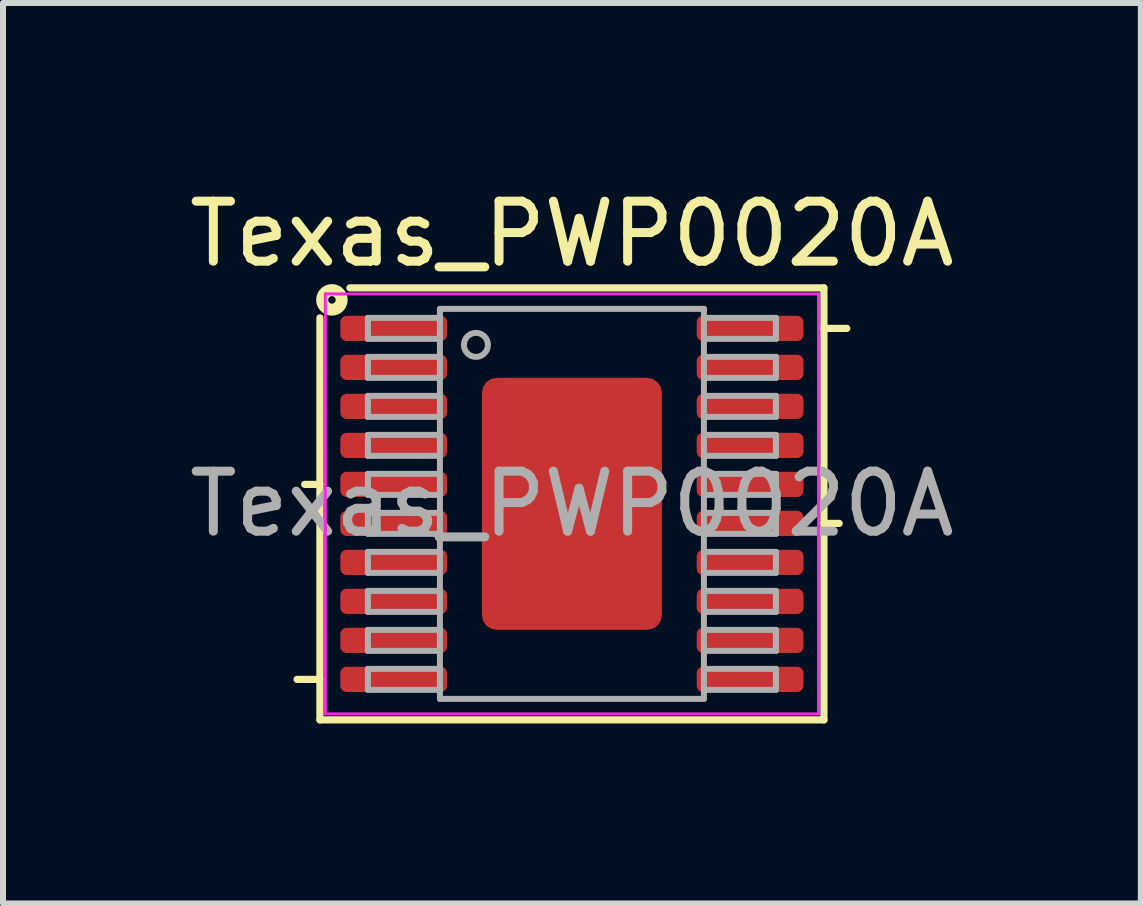
<source format=kicad_pcb>
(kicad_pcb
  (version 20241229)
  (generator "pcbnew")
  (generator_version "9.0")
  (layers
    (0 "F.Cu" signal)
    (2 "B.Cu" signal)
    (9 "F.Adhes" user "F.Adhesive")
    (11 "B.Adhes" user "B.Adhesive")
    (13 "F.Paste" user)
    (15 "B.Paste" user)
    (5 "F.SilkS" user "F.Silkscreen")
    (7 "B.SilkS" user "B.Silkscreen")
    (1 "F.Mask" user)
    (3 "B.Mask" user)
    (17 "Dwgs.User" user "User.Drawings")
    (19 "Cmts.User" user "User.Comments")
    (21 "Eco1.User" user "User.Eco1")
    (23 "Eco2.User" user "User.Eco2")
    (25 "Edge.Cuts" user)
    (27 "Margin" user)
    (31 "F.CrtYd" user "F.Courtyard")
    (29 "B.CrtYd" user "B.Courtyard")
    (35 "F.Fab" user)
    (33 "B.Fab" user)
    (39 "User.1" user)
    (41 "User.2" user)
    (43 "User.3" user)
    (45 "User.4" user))
  (footprint "Texas_PWP0020A"
    (layer "F.Cu")
    (at 6.482 5.348)
    (property "Reference" "Texas_PWP0020A" (at 0 -4.5 0) (layer "F.SilkS") (effects (font (size 1 1) (thickness 0.15))))
    (attr smd)
    (fp_line (start -4.2 -3.1) (end -4.2 3.6) (stroke (width 0.12) (type solid)) (layer "F.SilkS"))
    (fp_line (start -4.2 -0.325) (end -4.454 -0.325) (stroke (width 0.12) (type solid)) (layer "F.SilkS"))
    (fp_line (start -4.2 2.925) (end -4.581 2.925) (stroke (width 0.12) (type solid)) (layer "F.SilkS"))
    (fp_line (start -4.2 3.6) (end 4.2 3.6) (stroke (width 0.12) (type solid)) (layer "F.SilkS"))
    (fp_line (start 4.2 -3.6) (end -3.7 -3.6) (stroke (width 0.12) (type solid)) (layer "F.SilkS"))
    (fp_line (start 4.2 -2.925) (end 4.581 -2.925) (stroke (width 0.12) (type solid)) (layer "F.SilkS"))
    (fp_line (start 4.2 0.325) (end 4.454 0.325) (stroke (width 0.12) (type solid)) (layer "F.SilkS"))
    (fp_line (start 4.2 3.6) (end 4.2 -3.6) (stroke (width 0.12) (type solid)) (layer "F.SilkS"))
    (fp_circle (center -4 -3.4) (end -3.937 -3.4) (stroke (width 0.2) (type solid)) (fill no) (layer "F.SilkS"))
    (fp_line (start -4.11 -3.5) (end -4.11 3.5) (stroke (width 0.05) (type solid)) (layer "F.CrtYd"))
    (fp_line (start -4.11 3.5) (end 4.11 3.5) (stroke (width 0.05) (type solid)) (layer "F.CrtYd"))
    (fp_line (start 4.11 -3.5) (end -4.11 -3.5) (stroke (width 0.05) (type solid)) (layer "F.CrtYd"))
    (fp_line (start 4.11 3.5) (end 4.11 -3.5) (stroke (width 0.05) (type solid)) (layer "F.CrtYd"))
    (fp_line (start -3.4 -3.1) (end -3.4 -2.75) (stroke (width 0.1) (type solid)) (layer "F.Fab"))
    (fp_line (start -3.4 -2.75) (end -2.2 -2.75) (stroke (width 0.1) (type solid)) (layer "F.Fab"))
    (fp_line (start -3.4 -2.45) (end -3.4 -2.1) (stroke (width 0.1) (type solid)) (layer "F.Fab"))
    (fp_line (start -3.4 -2.1) (end -2.2 -2.1) (stroke (width 0.1) (type solid)) (layer "F.Fab"))
    (fp_line (start -3.4 -1.8) (end -3.4 -1.45) (stroke (width 0.1) (type solid)) (layer "F.Fab"))
    (fp_line (start -3.4 -1.45) (end -2.2 -1.45) (stroke (width 0.1) (type solid)) (layer "F.Fab"))
    (fp_line (start -3.4 -1.15) (end -3.4 -0.8) (stroke (width 0.1) (type solid)) (layer "F.Fab"))
    (fp_line (start -3.4 -0.8) (end -2.2 -0.8) (stroke (width 0.1) (type solid)) (layer "F.Fab"))
    (fp_line (start -3.4 -0.5) (end -3.4 -0.15) (stroke (width 0.1) (type solid)) (layer "F.Fab"))
    (fp_line (start -3.4 -0.15) (end -2.2 -0.15) (stroke (width 0.1) (type solid)) (layer "F.Fab"))
    (fp_line (start -3.4 0.15) (end -3.4 0.5) (stroke (width 0.1) (type solid)) (layer "F.Fab"))
    (fp_line (start -3.4 0.5) (end -2.2 0.5) (stroke (width 0.1) (type solid)) (layer "F.Fab"))
    (fp_line (start -3.4 0.8) (end -3.4 1.15) (stroke (width 0.1) (type solid)) (layer "F.Fab"))
    (fp_line (start -3.4 1.15) (end -2.2 1.15) (stroke (width 0.1) (type solid)) (layer "F.Fab"))
    (fp_line (start -3.4 1.45) (end -3.4 1.8) (stroke (width 0.1) (type solid)) (layer "F.Fab"))
    (fp_line (start -3.4 1.8) (end -2.2 1.8) (stroke (width 0.1) (type solid)) (layer "F.Fab"))
    (fp_line (start -3.4 2.1) (end -3.4 2.45) (stroke (width 0.1) (type solid)) (layer "F.Fab"))
    (fp_line (start -3.4 2.45) (end -2.2 2.45) (stroke (width 0.1) (type solid)) (layer "F.Fab"))
    (fp_line (start -3.4 2.75) (end -3.4 3.1) (stroke (width 0.1) (type solid)) (layer "F.Fab"))
    (fp_line (start -3.4 3.1) (end -2.2 3.1) (stroke (width 0.1) (type solid)) (layer "F.Fab"))
    (fp_line (start -2.2 -3.25) (end -2.2 3.25) (stroke (width 0.1) (type solid)) (layer "F.Fab"))
    (fp_line (start -2.2 -3.1) (end -3.4 -3.1) (stroke (width 0.1) (type solid)) (layer "F.Fab"))
    (fp_line (start -2.2 -2.45) (end -3.4 -2.45) (stroke (width 0.1) (type solid)) (layer "F.Fab"))
    (fp_line (start -2.2 -1.8) (end -3.4 -1.8) (stroke (width 0.1) (type solid)) (layer "F.Fab"))
    (fp_line (start -2.2 -1.15) (end -3.4 -1.15) (stroke (width 0.1) (type solid)) (layer "F.Fab"))
    (fp_line (start -2.2 -0.5) (end -3.4 -0.5) (stroke (width 0.1) (type solid)) (layer "F.Fab"))
    (fp_line (start -2.2 0.15) (end -3.4 0.15) (stroke (width 0.1) (type solid)) (layer "F.Fab"))
    (fp_line (start -2.2 0.8) (end -3.4 0.8) (stroke (width 0.1) (type solid)) (layer "F.Fab"))
    (fp_line (start -2.2 1.45) (end -3.4 1.45) (stroke (width 0.1) (type solid)) (layer "F.Fab"))
    (fp_line (start -2.2 2.1) (end -3.4 2.1) (stroke (width 0.1) (type solid)) (layer "F.Fab"))
    (fp_line (start -2.2 2.75) (end -3.4 2.75) (stroke (width 0.1) (type solid)) (layer "F.Fab"))
    (fp_line (start -2.2 3.25) (end 2.2 3.25) (stroke (width 0.1) (type solid)) (layer "F.Fab"))
    (fp_line (start 2.2 -3.25) (end -2.2 -3.25) (stroke (width 0.1) (type solid)) (layer "F.Fab"))
    (fp_line (start 2.2 -2.75) (end 3.4 -2.75) (stroke (width 0.1) (type solid)) (layer "F.Fab"))
    (fp_line (start 2.2 -2.1) (end 3.4 -2.1) (stroke (width 0.1) (type solid)) (layer "F.Fab"))
    (fp_line (start 2.2 -1.45) (end 3.4 -1.45) (stroke (width 0.1) (type solid)) (layer "F.Fab"))
    (fp_line (start 2.2 -0.8) (end 3.4 -0.8) (stroke (width 0.1) (type solid)) (layer "F.Fab"))
    (fp_line (start 2.2 -0.15) (end 3.4 -0.15) (stroke (width 0.1) (type solid)) (layer "F.Fab"))
    (fp_line (start 2.2 0.5) (end 3.4 0.5) (stroke (width 0.1) (type solid)) (layer "F.Fab"))
    (fp_line (start 2.2 1.15) (end 3.4 1.15) (stroke (width 0.1) (type solid)) (layer "F.Fab"))
    (fp_line (start 2.2 1.8) (end 3.4 1.8) (stroke (width 0.1) (type solid)) (layer "F.Fab"))
    (fp_line (start 2.2 2.45) (end 3.4 2.45) (stroke (width 0.1) (type solid)) (layer "F.Fab"))
    (fp_line (start 2.2 3.1) (end 3.4 3.1) (stroke (width 0.1) (type solid)) (layer "F.Fab"))
    (fp_line (start 2.2 3.25) (end 2.2 -3.25) (stroke (width 0.1) (type solid)) (layer "F.Fab"))
    (fp_line (start 3.4 -3.1) (end 2.2 -3.1) (stroke (width 0.1) (type solid)) (layer "F.Fab"))
    (fp_line (start 3.4 -2.75) (end 3.4 -3.1) (stroke (width 0.1) (type solid)) (layer "F.Fab"))
    (fp_line (start 3.4 -2.45) (end 2.2 -2.45) (stroke (width 0.1) (type solid)) (layer "F.Fab"))
    (fp_line (start 3.4 -2.1) (end 3.4 -2.45) (stroke (width 0.1) (type solid)) (layer "F.Fab"))
    (fp_line (start 3.4 -1.8) (end 2.2 -1.8) (stroke (width 0.1) (type solid)) (layer "F.Fab"))
    (fp_line (start 3.4 -1.45) (end 3.4 -1.8) (stroke (width 0.1) (type solid)) (layer "F.Fab"))
    (fp_line (start 3.4 -1.15) (end 2.2 -1.15) (stroke (width 0.1) (type solid)) (layer "F.Fab"))
    (fp_line (start 3.4 -0.8) (end 3.4 -1.15) (stroke (width 0.1) (type solid)) (layer "F.Fab"))
    (fp_line (start 3.4 -0.5) (end 2.2 -0.5) (stroke (width 0.1) (type solid)) (layer "F.Fab"))
    (fp_line (start 3.4 -0.15) (end 3.4 -0.5) (stroke (width 0.1) (type solid)) (layer "F.Fab"))
    (fp_line (start 3.4 0.15) (end 2.2 0.15) (stroke (width 0.1) (type solid)) (layer "F.Fab"))
    (fp_line (start 3.4 0.5) (end 3.4 0.15) (stroke (width 0.1) (type solid)) (layer "F.Fab"))
    (fp_line (start 3.4 0.8) (end 2.2 0.8) (stroke (width 0.1) (type solid)) (layer "F.Fab"))
    (fp_line (start 3.4 1.15) (end 3.4 0.8) (stroke (width 0.1) (type solid)) (layer "F.Fab"))
    (fp_line (start 3.4 1.45) (end 2.2 1.45) (stroke (width 0.1) (type solid)) (layer "F.Fab"))
    (fp_line (start 3.4 1.8) (end 3.4 1.45) (stroke (width 0.1) (type solid)) (layer "F.Fab"))
    (fp_line (start 3.4 2.1) (end 2.2 2.1) (stroke (width 0.1) (type solid)) (layer "F.Fab"))
    (fp_line (start 3.4 2.45) (end 3.4 2.1) (stroke (width 0.1) (type solid)) (layer "F.Fab"))
    (fp_line (start 3.4 2.75) (end 2.2 2.75) (stroke (width 0.1) (type solid)) (layer "F.Fab"))
    (fp_line (start 3.4 3.1) (end 3.4 2.75) (stroke (width 0.1) (type solid)) (layer "F.Fab"))
    (fp_circle (center -1.6 -2.65) (end -1.4 -2.65) (stroke (width 0.1) (type solid)) (fill no) (layer "F.Fab"))
    (fp_text user "${REFERENCE}" (at 0 0 0) (layer "F.Fab") (effects (font (size 1 1) (thickness 0.15))))
    (pad "" smd roundrect (at -0.713 -1.012) (size 1.1 1.7) (layers "F.Paste") (roundrect_rratio 0.196))
    (pad "" smd roundrect (at -0.713 1.012) (size 1.1 1.7) (layers "F.Paste") (roundrect_rratio 0.196))
    (pad "" smd roundrect (at 0.713 -1.012) (size 1.1 1.7) (layers "F.Paste") (roundrect_rratio 0.196))
    (pad "" smd roundrect (at 0.713 1.012) (size 1.1 1.7) (layers "F.Paste") (roundrect_rratio 0.196))
    (pad "1" smd roundrect (at -2.97 -2.925) (size 1.78 0.42) (layers "F.Cu" "F.Mask" "F.Paste") (roundrect_rratio 0.25))
    (pad "2" smd roundrect (at -2.97 -2.275) (size 1.78 0.42) (layers "F.Cu" "F.Mask" "F.Paste") (roundrect_rratio 0.25))
    (pad "3" smd roundrect (at -2.97 -1.625) (size 1.78 0.42) (layers "F.Cu" "F.Mask" "F.Paste") (roundrect_rratio 0.25))
    (pad "4" smd roundrect (at -2.97 -0.975) (size 1.78 0.42) (layers "F.Cu" "F.Mask" "F.Paste") (roundrect_rratio 0.25))
    (pad "5" smd roundrect (at -2.97 -0.325) (size 1.78 0.42) (layers "F.Cu" "F.Mask" "F.Paste") (roundrect_rratio 0.25))
    (pad "6" smd roundrect (at -2.97 0.325) (size 1.78 0.42) (layers "F.Cu" "F.Mask" "F.Paste") (roundrect_rratio 0.25))
    (pad "7" smd roundrect (at -2.97 0.975) (size 1.78 0.42) (layers "F.Cu" "F.Mask" "F.Paste") (roundrect_rratio 0.25))
    (pad "8" smd roundrect (at -2.97 1.625) (size 1.78 0.42) (layers "F.Cu" "F.Mask" "F.Paste") (roundrect_rratio 0.25))
    (pad "9" smd roundrect (at -2.97 2.275) (size 1.78 0.42) (layers "F.Cu" "F.Mask" "F.Paste") (roundrect_rratio 0.25))
    (pad "10" smd roundrect (at -2.97 2.925) (size 1.78 0.42) (layers "F.Cu" "F.Mask" "F.Paste") (roundrect_rratio 0.25))
    (pad "11" smd roundrect (at 2.97 2.925) (size 1.78 0.42) (layers "F.Cu" "F.Mask" "F.Paste") (roundrect_rratio 0.25))
    (pad "12" smd roundrect (at 2.97 2.275) (size 1.78 0.42) (layers "F.Cu" "F.Mask" "F.Paste") (roundrect_rratio 0.25))
    (pad "13" smd roundrect (at 2.97 1.625) (size 1.78 0.42) (layers "F.Cu" "F.Mask" "F.Paste") (roundrect_rratio 0.25))
    (pad "14" smd roundrect (at 2.97 0.975) (size 1.78 0.42) (layers "F.Cu" "F.Mask" "F.Paste") (roundrect_rratio 0.25))
    (pad "15" smd roundrect (at 2.97 0.325) (size 1.78 0.42) (layers "F.Cu" "F.Mask" "F.Paste") (roundrect_rratio 0.25))
    (pad "16" smd roundrect (at 2.97 -0.325) (size 1.78 0.42) (layers "F.Cu" "F.Mask" "F.Paste") (roundrect_rratio 0.25))
    (pad "17" smd roundrect (at 2.97 -0.975) (size 1.78 0.42) (layers "F.Cu" "F.Mask" "F.Paste") (roundrect_rratio 0.25))
    (pad "18" smd roundrect (at 2.97 -1.625) (size 1.78 0.42) (layers "F.Cu" "F.Mask" "F.Paste") (roundrect_rratio 0.25))
    (pad "19" smd roundrect (at 2.97 -2.275) (size 1.78 0.42) (layers "F.Cu" "F.Mask" "F.Paste") (roundrect_rratio 0.25))
    (pad "20" smd roundrect (at 2.97 -2.925) (size 1.78 0.42) (layers "F.Cu" "F.Mask" "F.Paste") (roundrect_rratio 0.25))
    (pad "21" smd roundrect (at 0 0) (size 3 4.2) (layers "F.Cu" "F.Mask") (roundrect_rratio 0.083)))
  (gr_rect
    (start -3 -3)
    (end 15.964 12.008)
    (stroke (width 0.1) (type default))
    (fill no)
    (layer "Edge.Cuts")))
</source>
